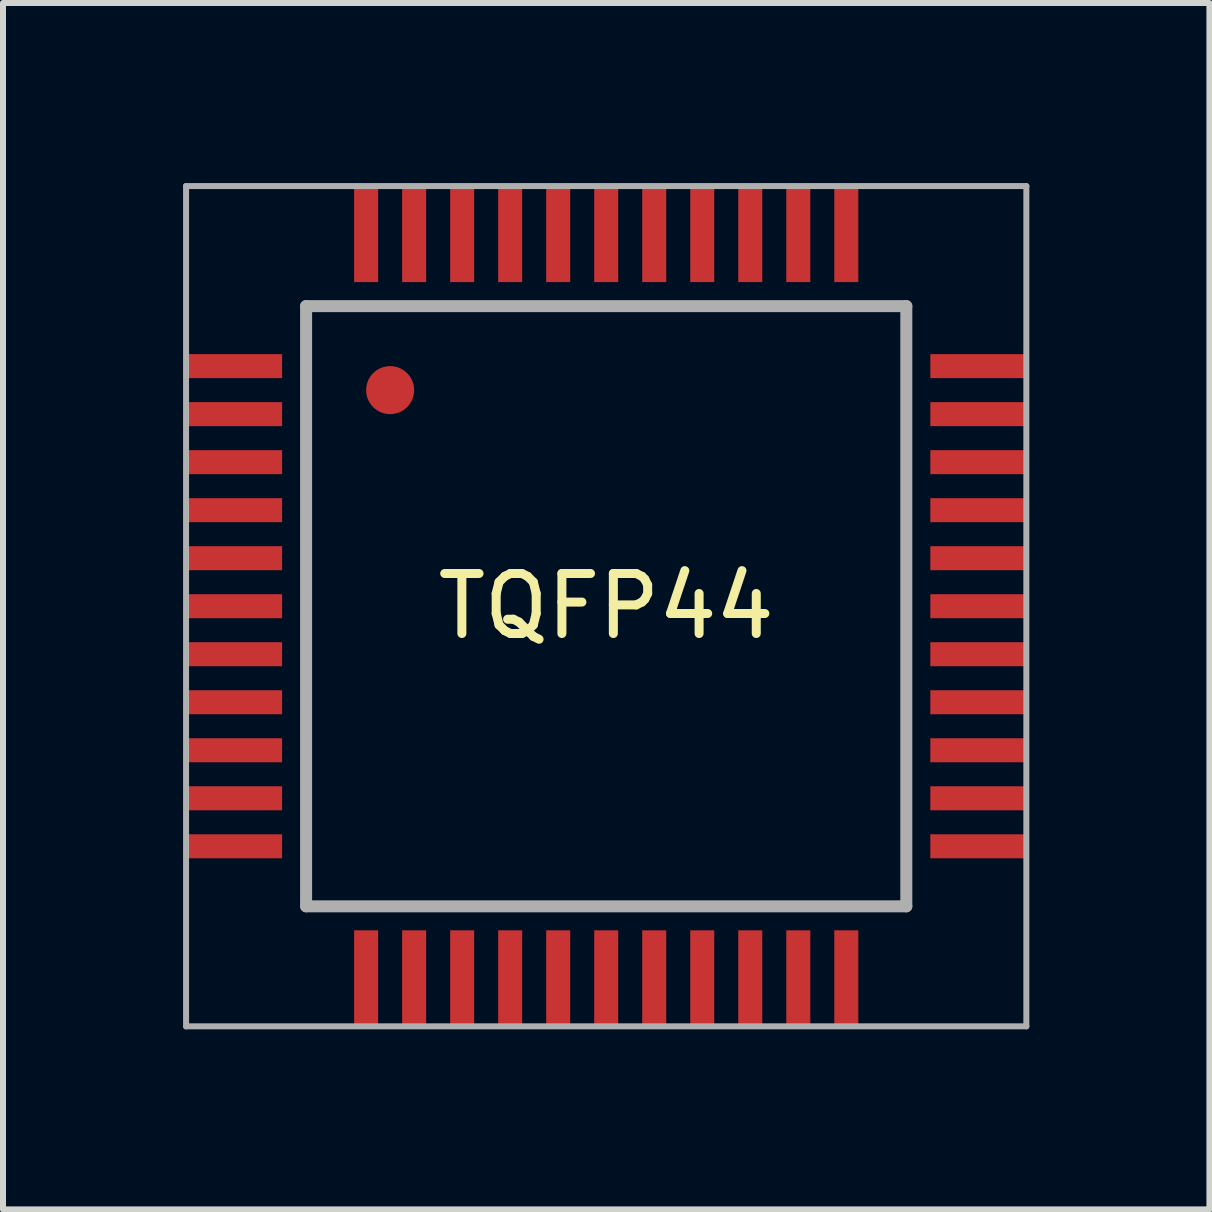
<source format=kicad_pcb>
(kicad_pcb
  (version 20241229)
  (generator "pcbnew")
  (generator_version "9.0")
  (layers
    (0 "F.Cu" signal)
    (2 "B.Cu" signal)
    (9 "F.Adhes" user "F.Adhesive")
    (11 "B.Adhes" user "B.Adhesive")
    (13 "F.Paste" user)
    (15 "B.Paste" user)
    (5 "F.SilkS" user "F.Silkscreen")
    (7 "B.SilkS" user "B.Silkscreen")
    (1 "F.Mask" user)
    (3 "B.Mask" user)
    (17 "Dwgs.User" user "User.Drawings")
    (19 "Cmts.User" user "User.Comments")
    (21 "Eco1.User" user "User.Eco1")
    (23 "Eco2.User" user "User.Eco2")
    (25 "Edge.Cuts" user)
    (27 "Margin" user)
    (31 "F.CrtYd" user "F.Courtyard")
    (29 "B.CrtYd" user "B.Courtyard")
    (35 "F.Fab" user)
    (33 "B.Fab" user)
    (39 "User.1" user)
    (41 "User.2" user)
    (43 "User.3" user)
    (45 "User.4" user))
  (footprint "TQFP44"
    (layer "F.Cu")
    (at 7.05 7.05)
    (property "Reference" "TQFP44" (at 0 0 0) (layer "F.SilkS") (effects (font (size 1 1) (thickness 0.15))))
    (attr through_hole)
    (fp_line (start -7 -7) (end -7 7) (stroke (width 0.1) (type solid)) (layer "F.Fab"))
    (fp_line (start -7 -7) (end 7 -7) (stroke (width 0.1) (type solid)) (layer "F.Fab"))
    (fp_line (start -7 7) (end 7 7) (stroke (width 0.1) (type solid)) (layer "F.Fab"))
    (fp_line (start -5 -5) (end -5 5) (stroke (width 0.2) (type solid)) (layer "F.Fab"))
    (fp_line (start -5 5) (end 5 5) (stroke (width 0.2) (type solid)) (layer "F.Fab"))
    (fp_line (start 5 -5) (end -5 -5) (stroke (width 0.2) (type solid)) (layer "F.Fab"))
    (fp_line (start 5 5) (end 5 -5) (stroke (width 0.2) (type solid)) (layer "F.Fab"))
    (fp_line (start 7 -7) (end 7 7) (stroke (width 0.1) (type solid)) (layer "F.Fab"))
    (pad "" smd circle (at -3.6 -3.6 90) (size 0.8 0.8) (layers "F.Cu" "F.Mask"))
    (pad "1" smd rect (at -6 -4) (size 1.6 0.4) (drill (offset -0.2 0)) (layers "F.Cu" "F.Mask" "F.Paste"))
    (pad "2" smd rect (at -6 -3.2) (size 1.6 0.4) (drill (offset -0.2 0)) (layers "F.Cu" "F.Mask" "F.Paste"))
    (pad "3" smd rect (at -6 -2.4) (size 1.6 0.4) (drill (offset -0.2 0)) (layers "F.Cu" "F.Mask" "F.Paste"))
    (pad "4" smd rect (at -6 -1.6) (size 1.6 0.4) (drill (offset -0.2 0)) (layers "F.Cu" "F.Mask" "F.Paste"))
    (pad "5" smd rect (at -6 -0.8) (size 1.6 0.4) (drill (offset -0.2 0)) (layers "F.Cu" "F.Mask" "F.Paste"))
    (pad "6" smd rect (at -6 0) (size 1.6 0.4) (drill (offset -0.2 0)) (layers "F.Cu" "F.Mask" "F.Paste"))
    (pad "7" smd rect (at -6 0.8) (size 1.6 0.4) (drill (offset -0.2 0)) (layers "F.Cu" "F.Mask" "F.Paste"))
    (pad "8" smd rect (at -6 1.6) (size 1.6 0.4) (drill (offset -0.2 0)) (layers "F.Cu" "F.Mask" "F.Paste"))
    (pad "9" smd rect (at -6 2.4) (size 1.6 0.4) (drill (offset -0.2 0)) (layers "F.Cu" "F.Mask" "F.Paste"))
    (pad "10" smd rect (at -6 3.2) (size 1.6 0.4) (drill (offset -0.2 0)) (layers "F.Cu" "F.Mask" "F.Paste"))
    (pad "11" smd rect (at -6 4) (size 1.6 0.4) (drill (offset -0.2 0)) (layers "F.Cu" "F.Mask" "F.Paste"))
    (pad "12" smd rect (at -4 6 90) (size 1.6 0.4) (drill (offset -0.2 0)) (layers "F.Cu" "F.Mask" "F.Paste"))
    (pad "13" smd rect (at -3.2 6 90) (size 1.6 0.4) (drill (offset -0.2 0)) (layers "F.Cu" "F.Mask" "F.Paste"))
    (pad "14" smd rect (at -2.4 6 90) (size 1.6 0.4) (drill (offset -0.2 0)) (layers "F.Cu" "F.Mask" "F.Paste"))
    (pad "15" smd rect (at -1.6 6 90) (size 1.6 0.4) (drill (offset -0.2 0)) (layers "F.Cu" "F.Mask" "F.Paste"))
    (pad "16" smd rect (at -0.8 6 90) (size 1.6 0.4) (drill (offset -0.2 0)) (layers "F.Cu" "F.Mask" "F.Paste"))
    (pad "17" smd rect (at 0 6 90) (size 1.6 0.4) (drill (offset -0.2 0)) (layers "F.Cu" "F.Mask" "F.Paste"))
    (pad "18" smd rect (at 0.8 6 90) (size 1.6 0.4) (drill (offset -0.2 0)) (layers "F.Cu" "F.Mask" "F.Paste"))
    (pad "19" smd rect (at 1.6 6 90) (size 1.6 0.4) (drill (offset -0.2 0)) (layers "F.Cu" "F.Mask" "F.Paste"))
    (pad "20" smd rect (at 2.4 6 90) (size 1.6 0.4) (drill (offset -0.2 0)) (layers "F.Cu" "F.Mask" "F.Paste"))
    (pad "21" smd rect (at 3.2 6 90) (size 1.6 0.4) (drill (offset -0.2 0)) (layers "F.Cu" "F.Mask" "F.Paste"))
    (pad "22" smd rect (at 4 6 90) (size 1.6 0.4) (drill (offset -0.2 0)) (layers "F.Cu" "F.Mask" "F.Paste"))
    (pad "23" smd rect (at 6 4) (size 1.6 0.4) (drill (offset 0.2 0)) (layers "F.Cu" "F.Mask" "F.Paste"))
    (pad "24" smd rect (at 6 3.2) (size 1.6 0.4) (drill (offset 0.2 0)) (layers "F.Cu" "F.Mask" "F.Paste"))
    (pad "25" smd rect (at 6 2.4) (size 1.6 0.4) (drill (offset 0.2 0)) (layers "F.Cu" "F.Mask" "F.Paste"))
    (pad "26" smd rect (at 6 1.6) (size 1.6 0.4) (drill (offset 0.2 0)) (layers "F.Cu" "F.Mask" "F.Paste"))
    (pad "27" smd rect (at 6 0.8) (size 1.6 0.4) (drill (offset 0.2 0)) (layers "F.Cu" "F.Mask" "F.Paste"))
    (pad "28" smd rect (at 6 0) (size 1.6 0.4) (drill (offset 0.2 0)) (layers "F.Cu" "F.Mask" "F.Paste"))
    (pad "29" smd rect (at 6 -0.8) (size 1.6 0.4) (drill (offset 0.2 0)) (layers "F.Cu" "F.Mask" "F.Paste"))
    (pad "30" smd rect (at 6 -1.6) (size 1.6 0.4) (drill (offset 0.2 0)) (layers "F.Cu" "F.Mask" "F.Paste"))
    (pad "31" smd rect (at 6 -2.4) (size 1.6 0.4) (drill (offset 0.2 0)) (layers "F.Cu" "F.Mask" "F.Paste"))
    (pad "32" smd rect (at 6 -3.2) (size 1.6 0.4) (drill (offset 0.2 0)) (layers "F.Cu" "F.Mask" "F.Paste"))
    (pad "33" smd rect (at 6 -4) (size 1.6 0.4) (drill (offset 0.2 0)) (layers "F.Cu" "F.Mask" "F.Paste"))
    (pad "34" smd rect (at 4 -6 90) (size 1.6 0.4) (drill (offset 0.2 0)) (layers "F.Cu" "F.Mask" "F.Paste"))
    (pad "35" smd rect (at 3.2 -6 90) (size 1.6 0.4) (drill (offset 0.2 0)) (layers "F.Cu" "F.Mask" "F.Paste"))
    (pad "36" smd rect (at 2.4 -6 90) (size 1.6 0.4) (drill (offset 0.2 0)) (layers "F.Cu" "F.Mask" "F.Paste"))
    (pad "37" smd rect (at 1.6 -6 90) (size 1.6 0.4) (drill (offset 0.2 0)) (layers "F.Cu" "F.Mask" "F.Paste"))
    (pad "38" smd rect (at 0.8 -6 90) (size 1.6 0.4) (drill (offset 0.2 0)) (layers "F.Cu" "F.Mask" "F.Paste"))
    (pad "39" smd rect (at 0 -6 90) (size 1.6 0.4) (drill (offset 0.2 0)) (layers "F.Cu" "F.Mask" "F.Paste"))
    (pad "40" smd rect (at -0.8 -6 90) (size 1.6 0.4) (drill (offset 0.2 0)) (layers "F.Cu" "F.Mask" "F.Paste"))
    (pad "41" smd rect (at -1.6 -6 90) (size 1.6 0.4) (drill (offset 0.2 0)) (layers "F.Cu" "F.Mask" "F.Paste"))
    (pad "42" smd rect (at -2.4 -6 90) (size 1.6 0.4) (drill (offset 0.2 0)) (layers "F.Cu" "F.Mask" "F.Paste"))
    (pad "43" smd rect (at -3.2 -6 90) (size 1.6 0.4) (drill (offset 0.2 0)) (layers "F.Cu" "F.Mask" "F.Paste"))
    (pad "44" smd rect (at -4 -6 90) (size 1.6 0.4) (drill (offset 0.2 0)) (layers "F.Cu" "F.Mask" "F.Paste")))
  (gr_rect
    (start -3 -3)
    (end 17.1 17.1)
    (stroke (width 0.1) (type default))
    (fill no)
    (layer "Edge.Cuts")))
</source>
